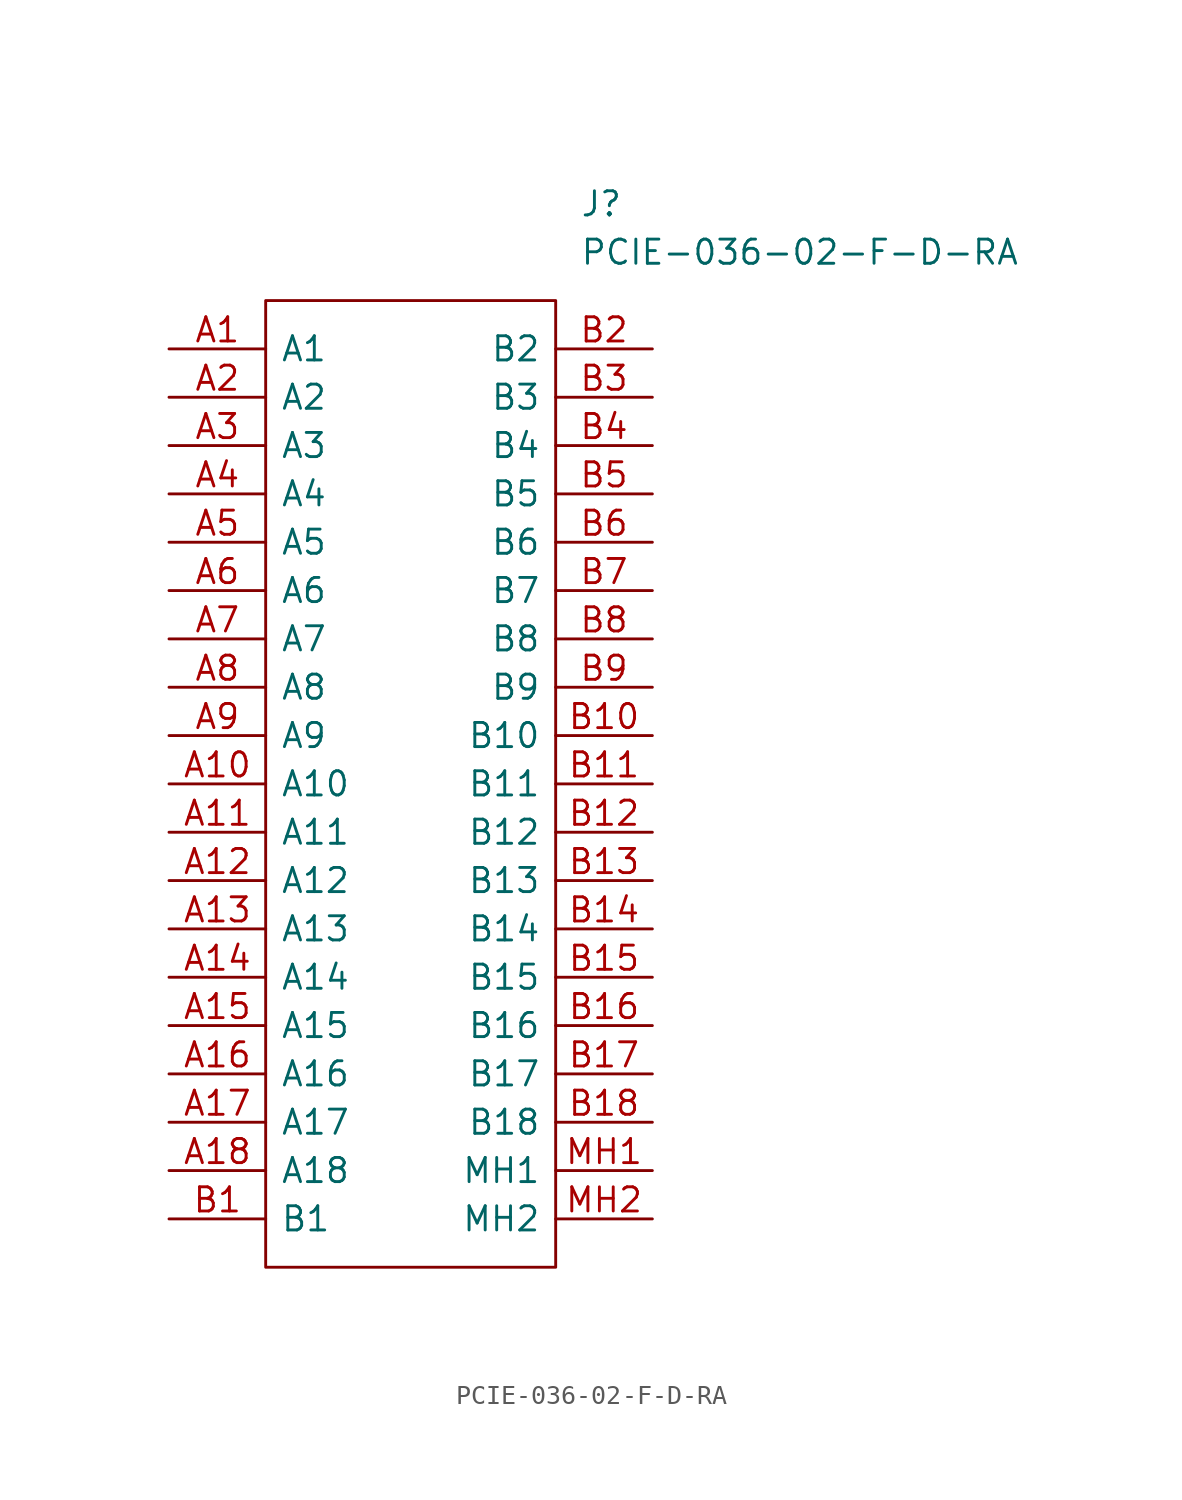
<source format=kicad_sym>
(kicad_symbol_lib
  (version 20211014)
  (generator kicad_symbol_editor)
  (symbol "PCIE-036-02-F-D-RA"
    (pin_names
      (offset 0.762))
    (property "Reference" "J"
      (at 21.59 7.62 0)
      (effects (font (size 1.27 1.27)) (justify left)))
    (property "Value" "PCIE-036-02-F-D-RA"
      (at 21.59 5.08 0)
      (effects (font (size 1.27 1.27)) (justify left)))
    (symbol "PCIE-036-02-F-D-RA_0_0"
      (pin passive line (at 0 0 0) (length 5.08) (name "A1" (effects (font (size 1.27 1.27)))) (number "A1" (effects (font (size 1.27 1.27)))))
      (pin passive line (at 0 -22.86 0) (length 5.08) (name "A10" (effects (font (size 1.27 1.27)))) (number "A10" (effects (font (size 1.27 1.27)))))
      (pin passive line (at 0 -25.4 0) (length 5.08) (name "A11" (effects (font (size 1.27 1.27)))) (number "A11" (effects (font (size 1.27 1.27)))))
      (pin passive line (at 0 -27.94 0) (length 5.08) (name "A12" (effects (font (size 1.27 1.27)))) (number "A12" (effects (font (size 1.27 1.27)))))
      (pin passive line (at 0 -30.48 0) (length 5.08) (name "A13" (effects (font (size 1.27 1.27)))) (number "A13" (effects (font (size 1.27 1.27)))))
      (pin passive line (at 0 -33.02 0) (length 5.08) (name "A14" (effects (font (size 1.27 1.27)))) (number "A14" (effects (font (size 1.27 1.27)))))
      (pin passive line (at 0 -35.56 0) (length 5.08) (name "A15" (effects (font (size 1.27 1.27)))) (number "A15" (effects (font (size 1.27 1.27)))))
      (pin passive line (at 0 -38.1 0) (length 5.08) (name "A16" (effects (font (size 1.27 1.27)))) (number "A16" (effects (font (size 1.27 1.27)))))
      (pin passive line (at 0 -40.64 0) (length 5.08) (name "A17" (effects (font (size 1.27 1.27)))) (number "A17" (effects (font (size 1.27 1.27)))))
      (pin passive line (at 0 -43.18 0) (length 5.08) (name "A18" (effects (font (size 1.27 1.27)))) (number "A18" (effects (font (size 1.27 1.27)))))
      (pin passive line (at 0 -2.54 0) (length 5.08) (name "A2" (effects (font (size 1.27 1.27)))) (number "A2" (effects (font (size 1.27 1.27)))))
      (pin passive line (at 0 -5.08 0) (length 5.08) (name "A3" (effects (font (size 1.27 1.27)))) (number "A3" (effects (font (size 1.27 1.27)))))
      (pin passive line (at 0 -7.62 0) (length 5.08) (name "A4" (effects (font (size 1.27 1.27)))) (number "A4" (effects (font (size 1.27 1.27)))))
      (pin passive line (at 0 -10.16 0) (length 5.08) (name "A5" (effects (font (size 1.27 1.27)))) (number "A5" (effects (font (size 1.27 1.27)))))
      (pin passive line (at 0 -12.7 0) (length 5.08) (name "A6" (effects (font (size 1.27 1.27)))) (number "A6" (effects (font (size 1.27 1.27)))))
      (pin passive line (at 0 -15.24 0) (length 5.08) (name "A7" (effects (font (size 1.27 1.27)))) (number "A7" (effects (font (size 1.27 1.27)))))
      (pin passive line (at 0 -17.78 0) (length 5.08) (name "A8" (effects (font (size 1.27 1.27)))) (number "A8" (effects (font (size 1.27 1.27)))))
      (pin passive line (at 0 -20.32 0) (length 5.08) (name "A9" (effects (font (size 1.27 1.27)))) (number "A9" (effects (font (size 1.27 1.27)))))
      (pin passive line (at 0 -45.72 0) (length 5.08) (name "B1" (effects (font (size 1.27 1.27)))) (number "B1" (effects (font (size 1.27 1.27)))))
      (pin passive line (at 25.4 -20.32 180) (length 5.08) (name "B10" (effects (font (size 1.27 1.27)))) (number "B10" (effects (font (size 1.27 1.27)))))
      (pin passive line (at 25.4 -22.86 180) (length 5.08) (name "B11" (effects (font (size 1.27 1.27)))) (number "B11" (effects (font (size 1.27 1.27)))))
      (pin passive line (at 25.4 -25.4 180) (length 5.08) (name "B12" (effects (font (size 1.27 1.27)))) (number "B12" (effects (font (size 1.27 1.27)))))
      (pin passive line (at 25.4 -27.94 180) (length 5.08) (name "B13" (effects (font (size 1.27 1.27)))) (number "B13" (effects (font (size 1.27 1.27)))))
      (pin passive line (at 25.4 -30.48 180) (length 5.08) (name "B14" (effects (font (size 1.27 1.27)))) (number "B14" (effects (font (size 1.27 1.27)))))
      (pin passive line (at 25.4 -33.02 180) (length 5.08) (name "B15" (effects (font (size 1.27 1.27)))) (number "B15" (effects (font (size 1.27 1.27)))))
      (pin passive line (at 25.4 -35.56 180) (length 5.08) (name "B16" (effects (font (size 1.27 1.27)))) (number "B16" (effects (font (size 1.27 1.27)))))
      (pin passive line (at 25.4 -38.1 180) (length 5.08) (name "B17" (effects (font (size 1.27 1.27)))) (number "B17" (effects (font (size 1.27 1.27)))))
      (pin passive line (at 25.4 -40.64 180) (length 5.08) (name "B18" (effects (font (size 1.27 1.27)))) (number "B18" (effects (font (size 1.27 1.27)))))
      (pin passive line (at 25.4 0 180) (length 5.08) (name "B2" (effects (font (size 1.27 1.27)))) (number "B2" (effects (font (size 1.27 1.27)))))
      (pin passive line (at 25.4 -2.54 180) (length 5.08) (name "B3" (effects (font (size 1.27 1.27)))) (number "B3" (effects (font (size 1.27 1.27)))))
      (pin passive line (at 25.4 -5.08 180) (length 5.08) (name "B4" (effects (font (size 1.27 1.27)))) (number "B4" (effects (font (size 1.27 1.27)))))
      (pin passive line (at 25.4 -7.62 180) (length 5.08) (name "B5" (effects (font (size 1.27 1.27)))) (number "B5" (effects (font (size 1.27 1.27)))))
      (pin passive line (at 25.4 -10.16 180) (length 5.08) (name "B6" (effects (font (size 1.27 1.27)))) (number "B6" (effects (font (size 1.27 1.27)))))
      (pin passive line (at 25.4 -12.7 180) (length 5.08) (name "B7" (effects (font (size 1.27 1.27)))) (number "B7" (effects (font (size 1.27 1.27)))))
      (pin passive line (at 25.4 -15.24 180) (length 5.08) (name "B8" (effects (font (size 1.27 1.27)))) (number "B8" (effects (font (size 1.27 1.27)))))
      (pin passive line (at 25.4 -17.78 180) (length 5.08) (name "B9" (effects (font (size 1.27 1.27)))) (number "B9" (effects (font (size 1.27 1.27)))))
      (pin passive line (at 25.4 -43.18 180) (length 5.08) (name "MH1" (effects (font (size 1.27 1.27)))) (number "MH1" (effects (font (size 1.27 1.27)))))
      (pin passive line (at 25.4 -45.72 180) (length 5.08) (name "MH2" (effects (font (size 1.27 1.27)))) (number "MH2" (effects (font (size 1.27 1.27))))))
    (symbol "PCIE-036-02-F-D-RA_0_1"
      (polyline (pts (xy 5.08 2.54) (xy 20.32 2.54) (xy 20.32 -48.26) (xy 5.08 -48.26) (xy 5.08 2.54)) (stroke (width 0.152) (type default) (color 0 0 0 0)) (fill (type none))))))
</source>
